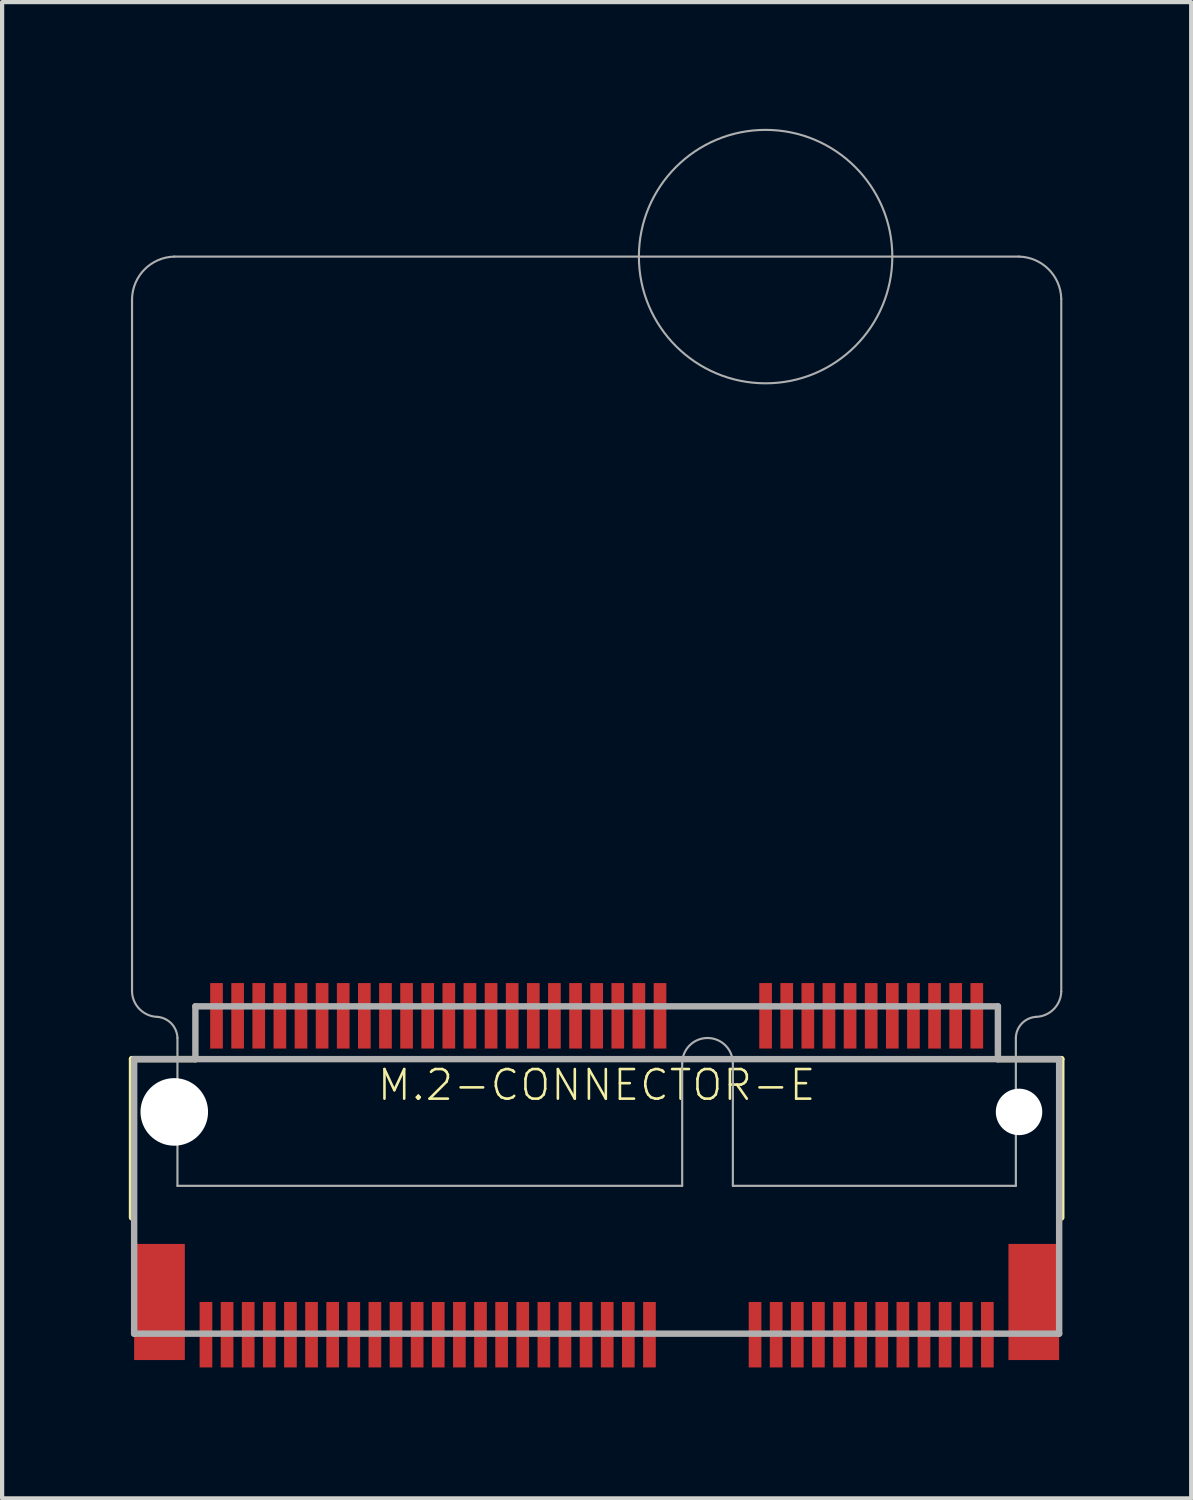
<source format=kicad_pcb>
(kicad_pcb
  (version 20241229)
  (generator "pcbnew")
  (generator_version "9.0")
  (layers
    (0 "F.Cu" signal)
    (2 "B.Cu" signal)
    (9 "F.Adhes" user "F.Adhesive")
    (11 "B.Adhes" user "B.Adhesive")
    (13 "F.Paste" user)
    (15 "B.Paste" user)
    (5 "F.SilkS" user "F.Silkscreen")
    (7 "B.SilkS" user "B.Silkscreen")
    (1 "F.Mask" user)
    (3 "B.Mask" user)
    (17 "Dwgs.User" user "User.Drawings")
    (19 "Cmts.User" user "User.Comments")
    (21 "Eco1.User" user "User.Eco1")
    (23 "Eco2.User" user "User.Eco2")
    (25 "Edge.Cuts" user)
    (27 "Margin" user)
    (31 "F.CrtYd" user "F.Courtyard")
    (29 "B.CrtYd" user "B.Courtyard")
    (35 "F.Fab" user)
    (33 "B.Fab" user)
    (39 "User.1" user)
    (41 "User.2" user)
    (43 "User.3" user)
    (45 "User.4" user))
  (footprint "M.2-CONNECTOR-E"
    (layer "F.Cu")
    (at 11.076 23.275)
    (property "Reference" "M.2-CONNECTOR-E" (at 0 -0.635 0) (unlocked yes) (layer "F.SilkS") (effects (font (size 0.701 0.701) (thickness 0.061))))
    (fp_line (start -11 2.5) (end -11 -1.25) (stroke (width 0.152) (type solid)) (layer "F.SilkS"))
    (fp_line (start -9.5 -1.25) (end -11 -1.25) (stroke (width 0.152) (type solid)) (layer "F.SilkS"))
    (fp_line (start 11 -1.25) (end 9.5 -1.25) (stroke (width 0.152) (type solid)) (layer "F.SilkS"))
    (fp_line (start 11 2.5) (end 11 -1.25) (stroke (width 0.152) (type solid)) (layer "F.SilkS"))
    (fp_poly (pts (xy -9.4 6.15) (xy -9.1 6.15) (xy -9.1 4.4) (xy -9.4 4.4)) (stroke (width 0) (type default)) (fill yes) (layer "F.Paste"))
    (fp_poly (pts (xy -9.15 -1.4) (xy -8.85 -1.4) (xy -8.85 -3.15) (xy -9.15 -3.15)) (stroke (width 0) (type default)) (fill yes) (layer "F.Paste"))
    (fp_poly (pts (xy -8.9 6.15) (xy -8.6 6.15) (xy -8.6 4.4) (xy -8.9 4.4)) (stroke (width 0) (type default)) (fill yes) (layer "F.Paste"))
    (fp_poly (pts (xy -8.65 -1.4) (xy -8.35 -1.4) (xy -8.35 -3.15) (xy -8.65 -3.15)) (stroke (width 0) (type default)) (fill yes) (layer "F.Paste"))
    (fp_poly (pts (xy -8.4 6.15) (xy -8.1 6.15) (xy -8.1 4.4) (xy -8.4 4.4)) (stroke (width 0) (type default)) (fill yes) (layer "F.Paste"))
    (fp_poly (pts (xy -8.15 -1.4) (xy -7.85 -1.4) (xy -7.85 -3.15) (xy -8.15 -3.15)) (stroke (width 0) (type default)) (fill yes) (layer "F.Paste"))
    (fp_poly (pts (xy -7.9 6.15) (xy -7.6 6.15) (xy -7.6 4.4) (xy -7.9 4.4)) (stroke (width 0) (type default)) (fill yes) (layer "F.Paste"))
    (fp_poly (pts (xy -7.65 -1.4) (xy -7.35 -1.4) (xy -7.35 -3.15) (xy -7.65 -3.15)) (stroke (width 0) (type default)) (fill yes) (layer "F.Paste"))
    (fp_poly (pts (xy -7.4 6.15) (xy -7.1 6.15) (xy -7.1 4.4) (xy -7.4 4.4)) (stroke (width 0) (type default)) (fill yes) (layer "F.Paste"))
    (fp_poly (pts (xy -7.15 -1.4) (xy -6.85 -1.4) (xy -6.85 -3.15) (xy -7.15 -3.15)) (stroke (width 0) (type default)) (fill yes) (layer "F.Paste"))
    (fp_poly (pts (xy -6.9 6.15) (xy -6.6 6.15) (xy -6.6 4.4) (xy -6.9 4.4)) (stroke (width 0) (type default)) (fill yes) (layer "F.Paste"))
    (fp_poly (pts (xy -6.65 -1.4) (xy -6.35 -1.4) (xy -6.35 -3.15) (xy -6.65 -3.15)) (stroke (width 0) (type default)) (fill yes) (layer "F.Paste"))
    (fp_poly (pts (xy -6.4 6.15) (xy -6.1 6.15) (xy -6.1 4.4) (xy -6.4 4.4)) (stroke (width 0) (type default)) (fill yes) (layer "F.Paste"))
    (fp_poly (pts (xy -6.15 -1.4) (xy -5.85 -1.4) (xy -5.85 -3.15) (xy -6.15 -3.15)) (stroke (width 0) (type default)) (fill yes) (layer "F.Paste"))
    (fp_poly (pts (xy -5.9 6.15) (xy -5.6 6.15) (xy -5.6 4.4) (xy -5.9 4.4)) (stroke (width 0) (type default)) (fill yes) (layer "F.Paste"))
    (fp_poly (pts (xy -5.65 -1.4) (xy -5.35 -1.4) (xy -5.35 -3.15) (xy -5.65 -3.15)) (stroke (width 0) (type default)) (fill yes) (layer "F.Paste"))
    (fp_poly (pts (xy -5.4 6.15) (xy -5.1 6.15) (xy -5.1 4.4) (xy -5.4 4.4)) (stroke (width 0) (type default)) (fill yes) (layer "F.Paste"))
    (fp_poly (pts (xy -5.15 -1.4) (xy -4.85 -1.4) (xy -4.85 -3.15) (xy -5.15 -3.15)) (stroke (width 0) (type default)) (fill yes) (layer "F.Paste"))
    (fp_poly (pts (xy -4.9 6.15) (xy -4.6 6.15) (xy -4.6 4.4) (xy -4.9 4.4)) (stroke (width 0) (type default)) (fill yes) (layer "F.Paste"))
    (fp_poly (pts (xy -4.65 -1.4) (xy -4.35 -1.4) (xy -4.35 -3.15) (xy -4.65 -3.15)) (stroke (width 0) (type default)) (fill yes) (layer "F.Paste"))
    (fp_poly (pts (xy -4.4 6.15) (xy -4.1 6.15) (xy -4.1 4.4) (xy -4.4 4.4)) (stroke (width 0) (type default)) (fill yes) (layer "F.Paste"))
    (fp_poly (pts (xy -4.15 -1.4) (xy -3.85 -1.4) (xy -3.85 -3.15) (xy -4.15 -3.15)) (stroke (width 0) (type default)) (fill yes) (layer "F.Paste"))
    (fp_poly (pts (xy -3.9 6.15) (xy -3.6 6.15) (xy -3.6 4.4) (xy -3.9 4.4)) (stroke (width 0) (type default)) (fill yes) (layer "F.Paste"))
    (fp_poly (pts (xy -3.65 -1.4) (xy -3.35 -1.4) (xy -3.35 -3.15) (xy -3.65 -3.15)) (stroke (width 0) (type default)) (fill yes) (layer "F.Paste"))
    (fp_poly (pts (xy -3.4 6.15) (xy -3.1 6.15) (xy -3.1 4.4) (xy -3.4 4.4)) (stroke (width 0) (type default)) (fill yes) (layer "F.Paste"))
    (fp_poly (pts (xy -3.15 -1.4) (xy -2.85 -1.4) (xy -2.85 -3.15) (xy -3.15 -3.15)) (stroke (width 0) (type default)) (fill yes) (layer "F.Paste"))
    (fp_poly (pts (xy -2.9 6.15) (xy -2.6 6.15) (xy -2.6 4.4) (xy -2.9 4.4)) (stroke (width 0) (type default)) (fill yes) (layer "F.Paste"))
    (fp_poly (pts (xy -2.65 -1.4) (xy -2.35 -1.4) (xy -2.35 -3.15) (xy -2.65 -3.15)) (stroke (width 0) (type default)) (fill yes) (layer "F.Paste"))
    (fp_poly (pts (xy -2.4 6.15) (xy -2.1 6.15) (xy -2.1 4.4) (xy -2.4 4.4)) (stroke (width 0) (type default)) (fill yes) (layer "F.Paste"))
    (fp_poly (pts (xy -2.15 -1.4) (xy -1.85 -1.4) (xy -1.85 -3.15) (xy -2.15 -3.15)) (stroke (width 0) (type default)) (fill yes) (layer "F.Paste"))
    (fp_poly (pts (xy -1.9 6.15) (xy -1.6 6.15) (xy -1.6 4.4) (xy -1.9 4.4)) (stroke (width 0) (type default)) (fill yes) (layer "F.Paste"))
    (fp_poly (pts (xy -1.65 -1.4) (xy -1.35 -1.4) (xy -1.35 -3.15) (xy -1.65 -3.15)) (stroke (width 0) (type default)) (fill yes) (layer "F.Paste"))
    (fp_poly (pts (xy -1.4 6.15) (xy -1.1 6.15) (xy -1.1 4.4) (xy -1.4 4.4)) (stroke (width 0) (type default)) (fill yes) (layer "F.Paste"))
    (fp_poly (pts (xy -1.15 -1.4) (xy -0.85 -1.4) (xy -0.85 -3.15) (xy -1.15 -3.15)) (stroke (width 0) (type default)) (fill yes) (layer "F.Paste"))
    (fp_poly (pts (xy -0.9 6.15) (xy -0.6 6.15) (xy -0.6 4.4) (xy -0.9 4.4)) (stroke (width 0) (type default)) (fill yes) (layer "F.Paste"))
    (fp_poly (pts (xy -0.65 -1.4) (xy -0.35 -1.4) (xy -0.35 -3.15) (xy -0.65 -3.15)) (stroke (width 0) (type default)) (fill yes) (layer "F.Paste"))
    (fp_poly (pts (xy -0.4 6.15) (xy -0.1 6.15) (xy -0.1 4.4) (xy -0.4 4.4)) (stroke (width 0) (type default)) (fill yes) (layer "F.Paste"))
    (fp_poly (pts (xy -0.15 -1.4) (xy 0.15 -1.4) (xy 0.15 -3.15) (xy -0.15 -3.15)) (stroke (width 0) (type default)) (fill yes) (layer "F.Paste"))
    (fp_poly (pts (xy 0.1 6.15) (xy 0.4 6.15) (xy 0.4 4.4) (xy 0.1 4.4)) (stroke (width 0) (type default)) (fill yes) (layer "F.Paste"))
    (fp_poly (pts (xy 0.35 -1.4) (xy 0.65 -1.4) (xy 0.65 -3.15) (xy 0.35 -3.15)) (stroke (width 0) (type default)) (fill yes) (layer "F.Paste"))
    (fp_poly (pts (xy 0.6 6.15) (xy 0.9 6.15) (xy 0.9 4.4) (xy 0.6 4.4)) (stroke (width 0) (type default)) (fill yes) (layer "F.Paste"))
    (fp_poly (pts (xy 0.85 -1.4) (xy 1.15 -1.4) (xy 1.15 -3.15) (xy 0.85 -3.15)) (stroke (width 0) (type default)) (fill yes) (layer "F.Paste"))
    (fp_poly (pts (xy 1.1 6.15) (xy 1.4 6.15) (xy 1.4 4.4) (xy 1.1 4.4)) (stroke (width 0) (type default)) (fill yes) (layer "F.Paste"))
    (fp_poly (pts (xy 1.35 -1.4) (xy 1.65 -1.4) (xy 1.65 -3.15) (xy 1.35 -3.15)) (stroke (width 0) (type default)) (fill yes) (layer "F.Paste"))
    (fp_poly (pts (xy 3.6 6.15) (xy 3.9 6.15) (xy 3.9 4.4) (xy 3.6 4.4)) (stroke (width 0) (type default)) (fill yes) (layer "F.Paste"))
    (fp_poly (pts (xy 3.85 -1.4) (xy 4.15 -1.4) (xy 4.15 -3.15) (xy 3.85 -3.15)) (stroke (width 0) (type default)) (fill yes) (layer "F.Paste"))
    (fp_poly (pts (xy 4.1 6.15) (xy 4.4 6.15) (xy 4.4 4.4) (xy 4.1 4.4)) (stroke (width 0) (type default)) (fill yes) (layer "F.Paste"))
    (fp_poly (pts (xy 4.35 -1.4) (xy 4.65 -1.4) (xy 4.65 -3.15) (xy 4.35 -3.15)) (stroke (width 0) (type default)) (fill yes) (layer "F.Paste"))
    (fp_poly (pts (xy 4.6 6.15) (xy 4.9 6.15) (xy 4.9 4.4) (xy 4.6 4.4)) (stroke (width 0) (type default)) (fill yes) (layer "F.Paste"))
    (fp_poly (pts (xy 4.85 -1.4) (xy 5.15 -1.4) (xy 5.15 -3.15) (xy 4.85 -3.15)) (stroke (width 0) (type default)) (fill yes) (layer "F.Paste"))
    (fp_poly (pts (xy 5.1 6.15) (xy 5.4 6.15) (xy 5.4 4.4) (xy 5.1 4.4)) (stroke (width 0) (type default)) (fill yes) (layer "F.Paste"))
    (fp_poly (pts (xy 5.35 -1.4) (xy 5.65 -1.4) (xy 5.65 -3.15) (xy 5.35 -3.15)) (stroke (width 0) (type default)) (fill yes) (layer "F.Paste"))
    (fp_poly (pts (xy 5.6 6.15) (xy 5.9 6.15) (xy 5.9 4.4) (xy 5.6 4.4)) (stroke (width 0) (type default)) (fill yes) (layer "F.Paste"))
    (fp_poly (pts (xy 5.85 -1.4) (xy 6.15 -1.4) (xy 6.15 -3.15) (xy 5.85 -3.15)) (stroke (width 0) (type default)) (fill yes) (layer "F.Paste"))
    (fp_poly (pts (xy 6.1 6.15) (xy 6.4 6.15) (xy 6.4 4.4) (xy 6.1 4.4)) (stroke (width 0) (type default)) (fill yes) (layer "F.Paste"))
    (fp_poly (pts (xy 6.35 -1.4) (xy 6.65 -1.4) (xy 6.65 -3.15) (xy 6.35 -3.15)) (stroke (width 0) (type default)) (fill yes) (layer "F.Paste"))
    (fp_poly (pts (xy 6.6 6.15) (xy 6.9 6.15) (xy 6.9 4.4) (xy 6.6 4.4)) (stroke (width 0) (type default)) (fill yes) (layer "F.Paste"))
    (fp_poly (pts (xy 6.85 -1.4) (xy 7.15 -1.4) (xy 7.15 -3.15) (xy 6.85 -3.15)) (stroke (width 0) (type default)) (fill yes) (layer "F.Paste"))
    (fp_poly (pts (xy 7.1 6.15) (xy 7.4 6.15) (xy 7.4 4.4) (xy 7.1 4.4)) (stroke (width 0) (type default)) (fill yes) (layer "F.Paste"))
    (fp_poly (pts (xy 7.35 -1.4) (xy 7.65 -1.4) (xy 7.65 -3.15) (xy 7.35 -3.15)) (stroke (width 0) (type default)) (fill yes) (layer "F.Paste"))
    (fp_poly (pts (xy 7.6 6.15) (xy 7.9 6.15) (xy 7.9 4.4) (xy 7.6 4.4)) (stroke (width 0) (type default)) (fill yes) (layer "F.Paste"))
    (fp_poly (pts (xy 7.85 -1.4) (xy 8.15 -1.4) (xy 8.15 -3.15) (xy 7.85 -3.15)) (stroke (width 0) (type default)) (fill yes) (layer "F.Paste"))
    (fp_poly (pts (xy 8.1 6.15) (xy 8.4 6.15) (xy 8.4 4.4) (xy 8.1 4.4)) (stroke (width 0) (type default)) (fill yes) (layer "F.Paste"))
    (fp_poly (pts (xy 8.35 -1.4) (xy 8.65 -1.4) (xy 8.65 -3.15) (xy 8.35 -3.15)) (stroke (width 0) (type default)) (fill yes) (layer "F.Paste"))
    (fp_poly (pts (xy 8.6 6.15) (xy 8.9 6.15) (xy 8.9 4.4) (xy 8.6 4.4)) (stroke (width 0) (type default)) (fill yes) (layer "F.Paste"))
    (fp_poly (pts (xy 8.85 -1.4) (xy 9.15 -1.4) (xy 9.15 -3.15) (xy 8.85 -3.15)) (stroke (width 0) (type default)) (fill yes) (layer "F.Paste"))
    (fp_poly (pts (xy 9.1 6.15) (xy 9.4 6.15) (xy 9.4 4.4) (xy 9.1 4.4)) (stroke (width 0) (type default)) (fill yes) (layer "F.Paste"))
    (fp_line (start -11 -19.25) (end -11 -2.85) (stroke (width 0.051) (type solid)) (layer "F.Fab"))
    (fp_line (start -10.95 -1.25) (end -10.95 5.25) (stroke (width 0.152) (type solid)) (layer "F.Fab"))
    (fp_line (start -10.95 5.25) (end 10.95 5.25) (stroke (width 0.152) (type solid)) (layer "F.Fab"))
    (fp_line (start -9.925 1.75) (end -9.925 -1.75) (stroke (width 0.051) (type solid)) (layer "F.Fab"))
    (fp_line (start -9.5 -2.5) (end -9.5 -1.25) (stroke (width 0.152) (type solid)) (layer "F.Fab"))
    (fp_line (start -9.5 -1.25) (end -10.95 -1.25) (stroke (width 0.152) (type solid)) (layer "F.Fab"))
    (fp_line (start 2.025 -1.15) (end 2.025 1.75) (stroke (width 0.051) (type solid)) (layer "F.Fab"))
    (fp_line (start 2.025 1.75) (end -9.925 1.75) (stroke (width 0.051) (type solid)) (layer "F.Fab"))
    (fp_line (start 3.225 -1.15) (end 3.225 1.75) (stroke (width 0.051) (type solid)) (layer "F.Fab"))
    (fp_line (start 9.5 -2.5) (end -9.5 -2.5) (stroke (width 0.152) (type solid)) (layer "F.Fab"))
    (fp_line (start 9.5 -2.5) (end 9.5 -1.25) (stroke (width 0.152) (type solid)) (layer "F.Fab"))
    (fp_line (start 9.5 -1.25) (end -9.5 -1.25) (stroke (width 0.152) (type solid)) (layer "F.Fab"))
    (fp_line (start 9.925 -1.75) (end 9.925 1.75) (stroke (width 0.051) (type solid)) (layer "F.Fab"))
    (fp_line (start 9.925 1.75) (end 3.225 1.75) (stroke (width 0.051) (type solid)) (layer "F.Fab"))
    (fp_line (start 10 -20.25) (end -10 -20.25) (stroke (width 0.051) (type solid)) (layer "F.Fab"))
    (fp_line (start 10.95 -1.25) (end 9.5 -1.25) (stroke (width 0.152) (type solid)) (layer "F.Fab"))
    (fp_line (start 10.95 5.25) (end 10.95 -1.25) (stroke (width 0.152) (type solid)) (layer "F.Fab"))
    (fp_line (start 11 -19.25) (end 11 -2.85) (stroke (width 0.05) (type solid)) (layer "F.Fab"))
    (fp_arc (start -11 -19.25) (mid -10.7 -19.95) (end -10 -20.25) (stroke (width 0.05) (type solid)) (layer "F.Fab"))
    (fp_arc (start -10.400001 -2.249999) (mid -10.819362 -2.430638) (end -11 -2.85) (stroke (width 0.05) (type solid)) (layer "F.Fab"))
    (fp_arc (start -10.4 -2.25) (mid -10.066759 -2.090954) (end -9.925 -1.75) (stroke (width 0.0508) (type solid)) (layer "F.Fab"))
    (fp_arc (start 2.025 -1.15) (mid 2.625 -1.75) (end 3.225 -1.15) (stroke (width 0.0508) (type solid)) (layer "F.Fab"))
    (fp_arc (start 9.925 -1.75) (mid 10.065344 -2.092298) (end 10.4 -2.25) (stroke (width 0.0508) (type solid)) (layer "F.Fab"))
    (fp_arc (start 10 -20.25) (mid 10.7 -19.95) (end 11 -19.25) (stroke (width 0.05) (type solid)) (layer "F.Fab"))
    (fp_arc (start 10.999999 -2.849999) (mid 10.819361 -2.430638) (end 10.4 -2.25) (stroke (width 0.05) (type solid)) (layer "F.Fab"))
    (fp_circle (center 4 -20.25) (end 7 -20.25) (stroke (width 0.05) (type solid)) (fill no) (layer "F.Fab"))
    (pad "" np_thru_hole circle (at -10 0) (size 1.6 1.6) (drill 1.6) (layers "*.Cu" "*.Mask"))
    (pad "" np_thru_hole circle (at 10 0) (size 1.1 1.1) (drill 1.1) (layers "*.Cu" "*.Mask"))
    (pad "1" smd rect (at 9.25 5.275 180) (size 0.3 1.55) (layers "F.Cu" "F.Mask"))
    (pad "2" smd rect (at 9 -2.275 180) (size 0.3 1.55) (layers "F.Cu" "F.Mask"))
    (pad "3" smd rect (at 8.75 5.275 180) (size 0.3 1.55) (layers "F.Cu" "F.Mask"))
    (pad "4" smd rect (at 8.5 -2.275 180) (size 0.3 1.55) (layers "F.Cu" "F.Mask"))
    (pad "5" smd rect (at 8.25 5.275 180) (size 0.3 1.55) (layers "F.Cu" "F.Mask"))
    (pad "6" smd rect (at 8 -2.275 180) (size 0.3 1.55) (layers "F.Cu" "F.Mask"))
    (pad "7" smd rect (at 7.75 5.275 180) (size 0.3 1.55) (layers "F.Cu" "F.Mask"))
    (pad "8" smd rect (at 7.5 -2.275 180) (size 0.3 1.55) (layers "F.Cu" "F.Mask"))
    (pad "9" smd rect (at 7.25 5.275 180) (size 0.3 1.55) (layers "F.Cu" "F.Mask"))
    (pad "10" smd rect (at 7 -2.275 180) (size 0.3 1.55) (layers "F.Cu" "F.Mask"))
    (pad "11" smd rect (at 6.75 5.275 180) (size 0.3 1.55) (layers "F.Cu" "F.Mask"))
    (pad "12" smd rect (at 6.5 -2.275 180) (size 0.3 1.55) (layers "F.Cu" "F.Mask"))
    (pad "13" smd rect (at 6.25 5.275 180) (size 0.3 1.55) (layers "F.Cu" "F.Mask"))
    (pad "14" smd rect (at 6 -2.275 180) (size 0.3 1.55) (layers "F.Cu" "F.Mask"))
    (pad "15" smd rect (at 5.75 5.275 180) (size 0.3 1.55) (layers "F.Cu" "F.Mask"))
    (pad "16" smd rect (at 5.5 -2.275 180) (size 0.3 1.55) (layers "F.Cu" "F.Mask"))
    (pad "17" smd rect (at 5.25 5.275 180) (size 0.3 1.55) (layers "F.Cu" "F.Mask"))
    (pad "18" smd rect (at 5 -2.275 180) (size 0.3 1.55) (layers "F.Cu" "F.Mask"))
    (pad "19" smd rect (at 4.75 5.275 180) (size 0.3 1.55) (layers "F.Cu" "F.Mask"))
    (pad "20" smd rect (at 4.5 -2.275 180) (size 0.3 1.55) (layers "F.Cu" "F.Mask"))
    (pad "21" smd rect (at 4.25 5.275 180) (size 0.3 1.55) (layers "F.Cu" "F.Mask"))
    (pad "22" smd rect (at 4 -2.275 180) (size 0.3 1.55) (layers "F.Cu" "F.Mask"))
    (pad "23" smd rect (at 3.75 5.275 180) (size 0.3 1.55) (layers "F.Cu" "F.Mask"))
    (pad "32" smd rect (at 1.5 -2.275 180) (size 0.3 1.55) (layers "F.Cu" "F.Mask"))
    (pad "33" smd rect (at 1.25 5.275 180) (size 0.3 1.55) (layers "F.Cu" "F.Mask"))
    (pad "34" smd rect (at 1 -2.275 180) (size 0.3 1.55) (layers "F.Cu" "F.Mask"))
    (pad "35" smd rect (at 0.75 5.275 180) (size 0.3 1.55) (layers "F.Cu" "F.Mask"))
    (pad "36" smd rect (at 0.5 -2.275 180) (size 0.3 1.55) (layers "F.Cu" "F.Mask"))
    (pad "37" smd rect (at 0.25 5.275 180) (size 0.3 1.55) (layers "F.Cu" "F.Mask"))
    (pad "38" smd rect (at 0 -2.275 180) (size 0.3 1.55) (layers "F.Cu" "F.Mask"))
    (pad "39" smd rect (at -0.25 5.275 180) (size 0.3 1.55) (layers "F.Cu" "F.Mask"))
    (pad "40" smd rect (at -0.5 -2.275 180) (size 0.3 1.55) (layers "F.Cu" "F.Mask"))
    (pad "41" smd rect (at -0.75 5.275 180) (size 0.3 1.55) (layers "F.Cu" "F.Mask"))
    (pad "42" smd rect (at -1 -2.275 180) (size 0.3 1.55) (layers "F.Cu" "F.Mask"))
    (pad "43" smd rect (at -1.25 5.275 180) (size 0.3 1.55) (layers "F.Cu" "F.Mask"))
    (pad "44" smd rect (at -1.5 -2.275 180) (size 0.3 1.55) (layers "F.Cu" "F.Mask"))
    (pad "45" smd rect (at -1.75 5.275 180) (size 0.3 1.55) (layers "F.Cu" "F.Mask"))
    (pad "46" smd rect (at -2 -2.275 180) (size 0.3 1.55) (layers "F.Cu" "F.Mask"))
    (pad "47" smd rect (at -2.25 5.275 180) (size 0.3 1.55) (layers "F.Cu" "F.Mask"))
    (pad "48" smd rect (at -2.5 -2.275 180) (size 0.3 1.55) (layers "F.Cu" "F.Mask"))
    (pad "49" smd rect (at -2.75 5.275 180) (size 0.3 1.55) (layers "F.Cu" "F.Mask"))
    (pad "50" smd rect (at -3 -2.275 180) (size 0.3 1.55) (layers "F.Cu" "F.Mask"))
    (pad "51" smd rect (at -3.25 5.275 180) (size 0.3 1.55) (layers "F.Cu" "F.Mask"))
    (pad "52" smd rect (at -3.5 -2.275 180) (size 0.3 1.55) (layers "F.Cu" "F.Mask"))
    (pad "53" smd rect (at -3.75 5.275 180) (size 0.3 1.55) (layers "F.Cu" "F.Mask"))
    (pad "54" smd rect (at -4 -2.275 180) (size 0.3 1.55) (layers "F.Cu" "F.Mask"))
    (pad "55" smd rect (at -4.25 5.275 180) (size 0.3 1.55) (layers "F.Cu" "F.Mask"))
    (pad "56" smd rect (at -4.5 -2.275 180) (size 0.3 1.55) (layers "F.Cu" "F.Mask"))
    (pad "57" smd rect (at -4.75 5.275 180) (size 0.3 1.55) (layers "F.Cu" "F.Mask"))
    (pad "58" smd rect (at -5 -2.275 180) (size 0.3 1.55) (layers "F.Cu" "F.Mask"))
    (pad "59" smd rect (at -5.25 5.275 180) (size 0.3 1.55) (layers "F.Cu" "F.Mask"))
    (pad "60" smd rect (at -5.5 -2.275 180) (size 0.3 1.55) (layers "F.Cu" "F.Mask"))
    (pad "61" smd rect (at -5.75 5.275 180) (size 0.3 1.55) (layers "F.Cu" "F.Mask"))
    (pad "62" smd rect (at -6 -2.275 180) (size 0.3 1.55) (layers "F.Cu" "F.Mask"))
    (pad "63" smd rect (at -6.25 5.275 180) (size 0.3 1.55) (layers "F.Cu" "F.Mask"))
    (pad "64" smd rect (at -6.5 -2.275 180) (size 0.3 1.55) (layers "F.Cu" "F.Mask"))
    (pad "65" smd rect (at -6.75 5.275 180) (size 0.3 1.55) (layers "F.Cu" "F.Mask"))
    (pad "66" smd rect (at -7 -2.275 180) (size 0.3 1.55) (layers "F.Cu" "F.Mask"))
    (pad "67" smd rect (at -7.25 5.275 180) (size 0.3 1.55) (layers "F.Cu" "F.Mask"))
    (pad "68" smd rect (at -7.5 -2.275 180) (size 0.3 1.55) (layers "F.Cu" "F.Mask"))
    (pad "69" smd rect (at -7.75 5.275 180) (size 0.3 1.55) (layers "F.Cu" "F.Mask"))
    (pad "70" smd rect (at -8 -2.275 180) (size 0.3 1.55) (layers "F.Cu" "F.Mask"))
    (pad "71" smd rect (at -8.25 5.275 180) (size 0.3 1.55) (layers "F.Cu" "F.Mask"))
    (pad "72" smd rect (at -8.5 -2.275 180) (size 0.3 1.55) (layers "F.Cu" "F.Mask"))
    (pad "73" smd rect (at -8.75 5.275 180) (size 0.3 1.55) (layers "F.Cu" "F.Mask"))
    (pad "74" smd rect (at -9 -2.275 180) (size 0.3 1.55) (layers "F.Cu" "F.Mask"))
    (pad "75" smd rect (at -9.25 5.275 180) (size 0.3 1.55) (layers "F.Cu" "F.Mask"))
    (pad "A1" smd rect (at 10.35 4.5 180) (size 1.2 2.75) (layers "F.Cu" "F.Mask" "F.Paste"))
    (pad "A2" smd rect (at -10.35 4.5 180) (size 1.2 2.75) (layers "F.Cu" "F.Mask" "F.Paste")))
  (gr_rect
    (start -3 -3)
    (end 25.152 32.425)
    (stroke (width 0.1) (type default))
    (fill no)
    (layer "Edge.Cuts")))
</source>
